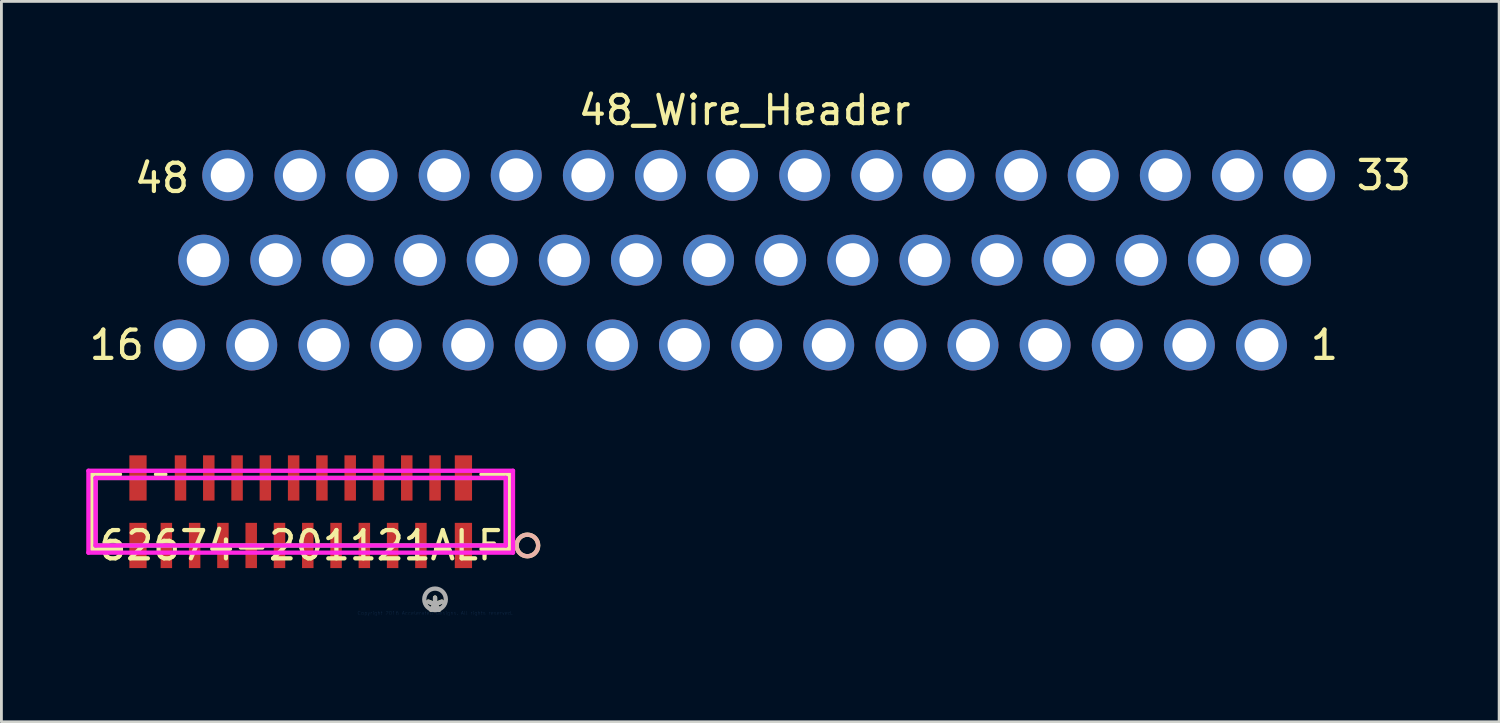
<source format=kicad_pcb>
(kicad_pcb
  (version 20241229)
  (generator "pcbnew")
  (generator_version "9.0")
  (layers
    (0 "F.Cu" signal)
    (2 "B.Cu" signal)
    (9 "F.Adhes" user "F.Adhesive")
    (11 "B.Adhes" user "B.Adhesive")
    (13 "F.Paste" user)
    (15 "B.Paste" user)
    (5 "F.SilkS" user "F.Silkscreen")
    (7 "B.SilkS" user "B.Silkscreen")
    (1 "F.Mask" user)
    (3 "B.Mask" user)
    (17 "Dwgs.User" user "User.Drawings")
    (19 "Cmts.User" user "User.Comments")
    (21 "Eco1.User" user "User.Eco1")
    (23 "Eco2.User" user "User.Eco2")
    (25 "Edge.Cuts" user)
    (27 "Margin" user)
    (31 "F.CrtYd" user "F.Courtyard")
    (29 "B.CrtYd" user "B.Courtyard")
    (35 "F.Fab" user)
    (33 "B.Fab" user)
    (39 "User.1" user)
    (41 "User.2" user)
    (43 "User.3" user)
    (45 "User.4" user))
  (footprint "48_Wire_Header"
    (layer "F.Cu")
    (at 23.277 9.148)
    (property "Reference" "48_Wire_Header" (at 0 -8.3 0) (layer "F.SilkS") (effects (font (size 1 1) (thickness 0.15))))
    (attr through_hole)
    (fp_text user "33" (at 22.6 -6 0) (layer "F.SilkS") (effects (font (size 1 1) (thickness 0.15))))
    (fp_text user "48" (at -20.6 -5.9 0) (layer "F.SilkS") (effects (font (size 1 1) (thickness 0.15))))
    (fp_text user "1" (at 20.5 0 0) (layer "F.SilkS") (effects (font (size 1 1) (thickness 0.15))))
    (fp_text user "16" (at -22.2 0 0) (layer "F.SilkS") (effects (font (size 1 1) (thickness 0.15))))
    (pad "1" thru_hole circle (at 18.275 0) (size 1.8 1.8) (drill 1.2) (layers "*.Cu" "*.Mask"))
    (pad "2" thru_hole circle (at 15.725 0) (size 1.8 1.8) (drill 1.2) (layers "*.Cu" "*.Mask"))
    (pad "3" thru_hole circle (at 13.175 0) (size 1.8 1.8) (drill 1.2) (layers "*.Cu" "*.Mask"))
    (pad "4" thru_hole circle (at 10.625 0) (size 1.8 1.8) (drill 1.2) (layers "*.Cu" "*.Mask"))
    (pad "5" thru_hole circle (at 8.075 0) (size 1.8 1.8) (drill 1.2) (layers "*.Cu" "*.Mask"))
    (pad "6" thru_hole circle (at 5.525 0) (size 1.8 1.8) (drill 1.2) (layers "*.Cu" "*.Mask"))
    (pad "7" thru_hole circle (at 2.975 0) (size 1.8 1.8) (drill 1.2) (layers "*.Cu" "*.Mask"))
    (pad "8" thru_hole circle (at 0.425 0) (size 1.8 1.8) (drill 1.2) (layers "*.Cu" "*.Mask"))
    (pad "9" thru_hole circle (at -2.125 0) (size 1.8 1.8) (drill 1.2) (layers "*.Cu" "*.Mask"))
    (pad "10" thru_hole circle (at -4.675 0) (size 1.8 1.8) (drill 1.2) (layers "*.Cu" "*.Mask"))
    (pad "11" thru_hole circle (at -7.225 0) (size 1.8 1.8) (drill 1.2) (layers "*.Cu" "*.Mask"))
    (pad "12" thru_hole circle (at -9.775 0) (size 1.8 1.8) (drill 1.2) (layers "*.Cu" "*.Mask"))
    (pad "13" thru_hole circle (at -12.325 0) (size 1.8 1.8) (drill 1.2) (layers "*.Cu" "*.Mask"))
    (pad "14" thru_hole circle (at -14.875 0) (size 1.8 1.8) (drill 1.2) (layers "*.Cu" "*.Mask"))
    (pad "15" thru_hole circle (at -17.425 0) (size 1.8 1.8) (drill 1.2) (layers "*.Cu" "*.Mask"))
    (pad "16" thru_hole circle (at -19.975 0) (size 1.8 1.8) (drill 1.2) (layers "*.Cu" "*.Mask"))
    (pad "17" thru_hole circle (at 19.125 -3) (size 1.8 1.8) (drill 1.2) (layers "*.Cu" "*.Mask"))
    (pad "18" thru_hole circle (at 16.575 -3) (size 1.8 1.8) (drill 1.2) (layers "*.Cu" "*.Mask"))
    (pad "19" thru_hole circle (at 14.025 -3) (size 1.8 1.8) (drill 1.2) (layers "*.Cu" "*.Mask"))
    (pad "20" thru_hole circle (at 11.475 -3) (size 1.8 1.8) (drill 1.2) (layers "*.Cu" "*.Mask"))
    (pad "21" thru_hole circle (at 8.925 -3) (size 1.8 1.8) (drill 1.2) (layers "*.Cu" "*.Mask"))
    (pad "22" thru_hole circle (at 6.375 -3) (size 1.8 1.8) (drill 1.2) (layers "*.Cu" "*.Mask"))
    (pad "23" thru_hole circle (at 3.825 -3) (size 1.8 1.8) (drill 1.2) (layers "*.Cu" "*.Mask"))
    (pad "24" thru_hole circle (at 1.275 -3) (size 1.8 1.8) (drill 1.2) (layers "*.Cu" "*.Mask"))
    (pad "25" thru_hole circle (at -1.275 -3) (size 1.8 1.8) (drill 1.2) (layers "*.Cu" "*.Mask"))
    (pad "26" thru_hole circle (at -3.825 -3) (size 1.8 1.8) (drill 1.2) (layers "*.Cu" "*.Mask"))
    (pad "27" thru_hole circle (at -6.375 -3) (size 1.8 1.8) (drill 1.2) (layers "*.Cu" "*.Mask"))
    (pad "28" thru_hole circle (at -8.925 -3) (size 1.8 1.8) (drill 1.2) (layers "*.Cu" "*.Mask"))
    (pad "29" thru_hole circle (at -11.475 -3) (size 1.8 1.8) (drill 1.2) (layers "*.Cu" "*.Mask"))
    (pad "30" thru_hole circle (at -14.025 -3) (size 1.8 1.8) (drill 1.2) (layers "*.Cu" "*.Mask"))
    (pad "31" thru_hole circle (at -16.575 -3) (size 1.8 1.8) (drill 1.2) (layers "*.Cu" "*.Mask"))
    (pad "32" thru_hole circle (at -19.125 -3) (size 1.8 1.8) (drill 1.2) (layers "*.Cu" "*.Mask"))
    (pad "33" thru_hole circle (at 19.975 -6) (size 1.8 1.8) (drill 1.2) (layers "*.Cu" "*.Mask"))
    (pad "34" thru_hole circle (at 17.425 -6) (size 1.8 1.8) (drill 1.2) (layers "*.Cu" "*.Mask"))
    (pad "35" thru_hole circle (at 14.875 -6) (size 1.8 1.8) (drill 1.2) (layers "*.Cu" "*.Mask"))
    (pad "36" thru_hole circle (at 12.325 -6) (size 1.8 1.8) (drill 1.2) (layers "*.Cu" "*.Mask"))
    (pad "37" thru_hole circle (at 9.775 -6) (size 1.8 1.8) (drill 1.2) (layers "*.Cu" "*.Mask"))
    (pad "38" thru_hole circle (at 7.225 -6) (size 1.8 1.8) (drill 1.2) (layers "*.Cu" "*.Mask"))
    (pad "39" thru_hole circle (at 4.675 -6) (size 1.8 1.8) (drill 1.2) (layers "*.Cu" "*.Mask"))
    (pad "40" thru_hole circle (at 2.125 -6) (size 1.8 1.8) (drill 1.2) (layers "*.Cu" "*.Mask"))
    (pad "41" thru_hole circle (at -0.425 -6) (size 1.8 1.8) (drill 1.2) (layers "*.Cu" "*.Mask"))
    (pad "42" thru_hole circle (at -2.975 -6) (size 1.8 1.8) (drill 1.2) (layers "*.Cu" "*.Mask"))
    (pad "43" thru_hole circle (at -5.525 -6) (size 1.8 1.8) (drill 1.2) (layers "*.Cu" "*.Mask"))
    (pad "44" thru_hole circle (at -8.075 -6) (size 1.8 1.8) (drill 1.2) (layers "*.Cu" "*.Mask"))
    (pad "45" thru_hole circle (at -10.625 -6) (size 1.8 1.8) (drill 1.2) (layers "*.Cu" "*.Mask"))
    (pad "46" thru_hole circle (at -13.175 -6) (size 1.8 1.8) (drill 1.2) (layers "*.Cu" "*.Mask"))
    (pad "47" thru_hole circle (at -15.725 -6) (size 1.8 1.8) (drill 1.2) (layers "*.Cu" "*.Mask"))
    (pad "48" thru_hole circle (at -18.275 -6) (size 1.8 1.8) (drill 1.2) (layers "*.Cu" "*.Mask")))
  (footprint "62674-201121ALF"
    (layer "F.Cu")
    (at 12.332 18.624)
    (property "Reference" "62674-201121ALF" (at -4.75 -2.388 0) (layer "F.SilkS") (effects (font (size 1 1) (thickness 0.15))))
    (attr through_hole)
    (fp_line (start -12.129 -4.902) (end -12.129 -2.261) (stroke (width 0.152) (type solid)) (layer "F.SilkS"))
    (fp_line (start -12.129 -2.261) (end -11.141 -2.261) (stroke (width 0.152) (type solid)) (layer "F.SilkS"))
    (fp_line (start -11.141 -4.902) (end -12.129 -4.902) (stroke (width 0.152) (type solid)) (layer "F.SilkS"))
    (fp_line (start -9.536 -4.902) (end -9.866 -4.902) (stroke (width 0.152) (type solid)) (layer "F.SilkS"))
    (fp_line (start 0.036 -2.261) (end 0.366 -2.261) (stroke (width 0.152) (type solid)) (layer "F.SilkS"))
    (fp_line (start 1.641 -2.261) (end 2.629 -2.261) (stroke (width 0.152) (type solid)) (layer "F.SilkS"))
    (fp_line (start 2.629 -4.902) (end 1.641 -4.902) (stroke (width 0.152) (type solid)) (layer "F.SilkS"))
    (fp_line (start 2.629 -2.261) (end 2.629 -4.902) (stroke (width 0.152) (type solid)) (layer "F.SilkS"))
    (fp_circle (center 3.264 -2.388) (end 3.645 -2.388) (stroke (width 0.152) (type solid)) (fill no) (layer "F.SilkS"))
    (fp_circle (center 3.264 -2.388) (end 3.645 -2.388) (stroke (width 0.152) (type solid)) (fill no) (layer "B.SilkS"))
    (fp_line (start -12.256 -5.029) (end -12.256 -2.134) (stroke (width 0.152) (type solid)) (layer "F.CrtYd"))
    (fp_line (start -12.256 -2.134) (end 2.756 -2.134) (stroke (width 0.152) (type solid)) (layer "F.CrtYd"))
    (fp_line (start -12.002 -4.775) (end -12.002 -2.388) (stroke (width 0.152) (type solid)) (layer "F.CrtYd"))
    (fp_line (start -12.002 -2.388) (end 2.502 -2.388) (stroke (width 0.152) (type solid)) (layer "F.CrtYd"))
    (fp_line (start 2.502 -4.775) (end -12.002 -4.775) (stroke (width 0.152) (type solid)) (layer "F.CrtYd"))
    (fp_line (start 2.502 -2.388) (end 2.502 -4.775) (stroke (width 0.152) (type solid)) (layer "F.CrtYd"))
    (fp_line (start 2.756 -5.029) (end -12.256 -5.029) (stroke (width 0.152) (type solid)) (layer "F.CrtYd"))
    (fp_line (start 2.756 -2.134) (end 2.756 -5.029) (stroke (width 0.152) (type solid)) (layer "F.CrtYd"))
    (fp_line (start -12.002 -4.775) (end -12.002 -2.388) (stroke (width 0.152) (type solid)) (layer "F.Fab"))
    (fp_line (start -12.002 -2.388) (end 2.502 -2.388) (stroke (width 0.152) (type solid)) (layer "F.Fab"))
    (fp_line (start 2.502 -4.775) (end -12.002 -4.775) (stroke (width 0.152) (type solid)) (layer "F.Fab"))
    (fp_line (start 2.502 -2.388) (end 2.502 -4.775) (stroke (width 0.152) (type solid)) (layer "F.Fab"))
    (fp_circle (center 0.000001 -0.483) (end 0.381 -0.483) (stroke (width 0.152) (type solid)) (fill no) (layer "F.Fab"))
    (fp_text user "*" (at 0 0 0) (layer "F.SilkS") (effects (font (size 1 1) (thickness 0.15))))
    (fp_text user "Copyright 2016 Accelerated Designs. All rights reserved." (at 0 0 0) (layer "Cmts.User") (effects (font (size 0.127 0.127) (thickness 0.002))))
    (fp_text user "*" (at 0 0 0) (layer "F.Fab") (effects (font (size 1 1) (thickness 0.15))))
    (pad "1" smd rect (at 0.000001 -4.775) (size 0.406 1.6) (layers "F.Cu" "F.Mask" "F.Paste"))
    (pad "2" smd rect (at -0.5 -2.388) (size 0.406 1.6) (layers "F.Cu" "F.Mask" "F.Paste"))
    (pad "3" smd rect (at -1 -4.775) (size 0.406 1.6) (layers "F.Cu" "F.Mask" "F.Paste"))
    (pad "4" smd rect (at -1.5 -2.388) (size 0.406 1.6) (layers "F.Cu" "F.Mask" "F.Paste"))
    (pad "5" smd rect (at -2 -4.775) (size 0.406 1.6) (layers "F.Cu" "F.Mask" "F.Paste"))
    (pad "6" smd rect (at -2.5 -2.388) (size 0.406 1.6) (layers "F.Cu" "F.Mask" "F.Paste"))
    (pad "7" smd rect (at -3 -4.775) (size 0.406 1.6) (layers "F.Cu" "F.Mask" "F.Paste"))
    (pad "8" smd rect (at -3.5 -2.388) (size 0.406 1.6) (layers "F.Cu" "F.Mask" "F.Paste"))
    (pad "9" smd rect (at -4 -4.775) (size 0.406 1.6) (layers "F.Cu" "F.Mask" "F.Paste"))
    (pad "10" smd rect (at -4.5 -2.388) (size 0.406 1.6) (layers "F.Cu" "F.Mask" "F.Paste"))
    (pad "11" smd rect (at -5 -4.775) (size 0.406 1.6) (layers "F.Cu" "F.Mask" "F.Paste"))
    (pad "12" smd rect (at -5.5 -2.388) (size 0.406 1.6) (layers "F.Cu" "F.Mask" "F.Paste"))
    (pad "13" smd rect (at -6 -4.775) (size 0.406 1.6) (layers "F.Cu" "F.Mask" "F.Paste"))
    (pad "14" smd rect (at -6.5 -2.388) (size 0.406 1.6) (layers "F.Cu" "F.Mask" "F.Paste"))
    (pad "15" smd rect (at -7 -4.775) (size 0.406 1.6) (layers "F.Cu" "F.Mask" "F.Paste"))
    (pad "16" smd rect (at -7.5 -2.388) (size 0.406 1.6) (layers "F.Cu" "F.Mask" "F.Paste"))
    (pad "17" smd rect (at -8 -4.775) (size 0.406 1.6) (layers "F.Cu" "F.Mask" "F.Paste"))
    (pad "18" smd rect (at -8.5 -2.388) (size 0.406 1.6) (layers "F.Cu" "F.Mask" "F.Paste"))
    (pad "19" smd rect (at -9 -4.775) (size 0.406 1.6) (layers "F.Cu" "F.Mask" "F.Paste"))
    (pad "20" smd rect (at -9.5 -2.388) (size 0.406 1.6) (layers "F.Cu" "F.Mask" "F.Paste"))
    (pad "21" smd rect (at -10.503 -2.388) (size 0.61 1.6) (layers "F.Cu" "F.Mask" "F.Paste"))
    (pad "22" smd rect (at 1.003 -2.388) (size 0.61 1.6) (layers "F.Cu" "F.Mask" "F.Paste"))
    (pad "23" smd rect (at -10.503 -4.775) (size 0.61 1.6) (layers "F.Cu" "F.Mask" "F.Paste"))
    (pad "24" smd rect (at 1.003 -4.775) (size 0.61 1.6) (layers "F.Cu" "F.Mask" "F.Paste")))
  (gr_rect
    (start -3 -3)
    (end 49.955 22.472)
    (stroke (width 0.1) (type default))
    (fill no)
    (layer "Edge.Cuts")))
</source>
